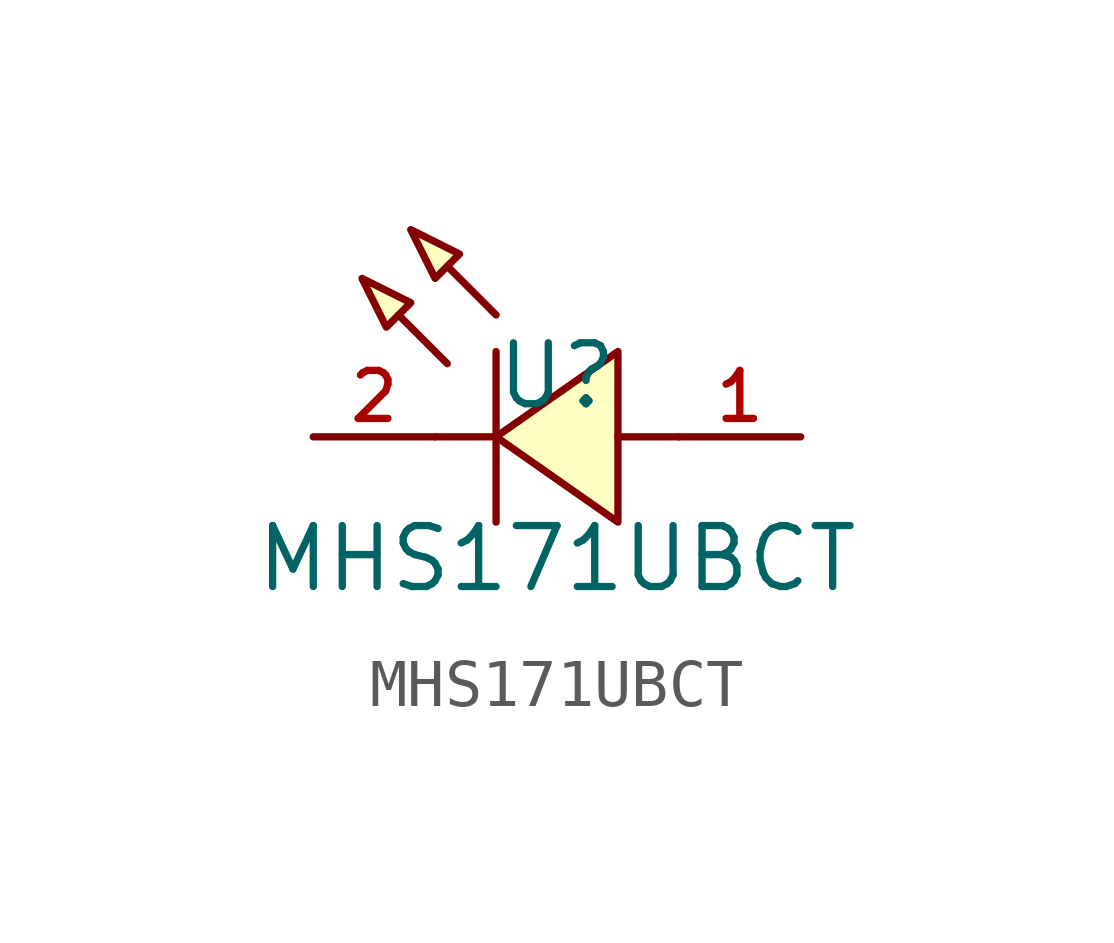
<source format=kicad_sym>
(kicad_symbol_lib
  (version 20210201)
  (generator TousstNicolas/JLC2KiCad_lib)
  (symbol "MHS171UBCT"
    (pin_names hide)
    (property "Reference" "U"
      (at 0 1.27 0)
      (effects (font (size 1.27 1.27))))
    (property "Value" "MHS171UBCT"
      (at 0 -2.54 0)
      (effects (font (size 1.27 1.27))))
    (symbol "MHS171UBCT_0_1"
      (polyline (pts (xy -4.064 3.302) (xy -3.048 2.794) (xy -3.556 2.286) (xy -4.064 3.302)) (stroke (width 0) (type default) (color 0 0 0 0)) (fill (type background)))
      (polyline (pts (xy -3.048 4.318) (xy -2.032 3.81) (xy -2.54 3.302) (xy -3.048 4.318)) (stroke (width 0) (type default) (color 0 0 0 0)) (fill (type background)))
      (polyline (pts (xy -2.286 1.524) (xy -3.302 2.54)) (stroke (width 0) (type default) (color 0 0 0 0)) (fill (type none)))
      (polyline (pts (xy -1.27 2.54) (xy -2.286 3.556)) (stroke (width 0) (type default) (color 0 0 0 0)) (fill (type none)))
      (polyline (pts (xy -1.27 -0.0) (xy -2.54 -0.0)) (stroke (width 0) (type default) (color 0 0 0 0)) (fill (type none)))
      (polyline (pts (xy 2.54 -0.0) (xy 1.27 -0.0)) (stroke (width 0) (type default) (color 0 0 0 0)) (fill (type none)))
      (polyline (pts (xy -1.27 1.778) (xy -1.27 -1.778)) (stroke (width 0) (type default) (color 0 0 0 0)) (fill (type none)))
      (polyline (pts (xy 1.27 1.778) (xy -1.27 -0.0) (xy 1.27 -1.778) (xy 1.27 1.778)) (stroke (width 0) (type default) (color 0 0 0 0)) (fill (type background)))
      (pin unspecified line (at -5.08 -0.0 0) (length 2.54) (name "K" (effects (font (size 1 1)))) (number "2" (effects (font (size 1 1)))))
      (pin unspecified line (at 5.08 -0.0 180) (length 2.54) (name "A" (effects (font (size 1 1)))) (number "1" (effects (font (size 1 1))))))))
</source>
